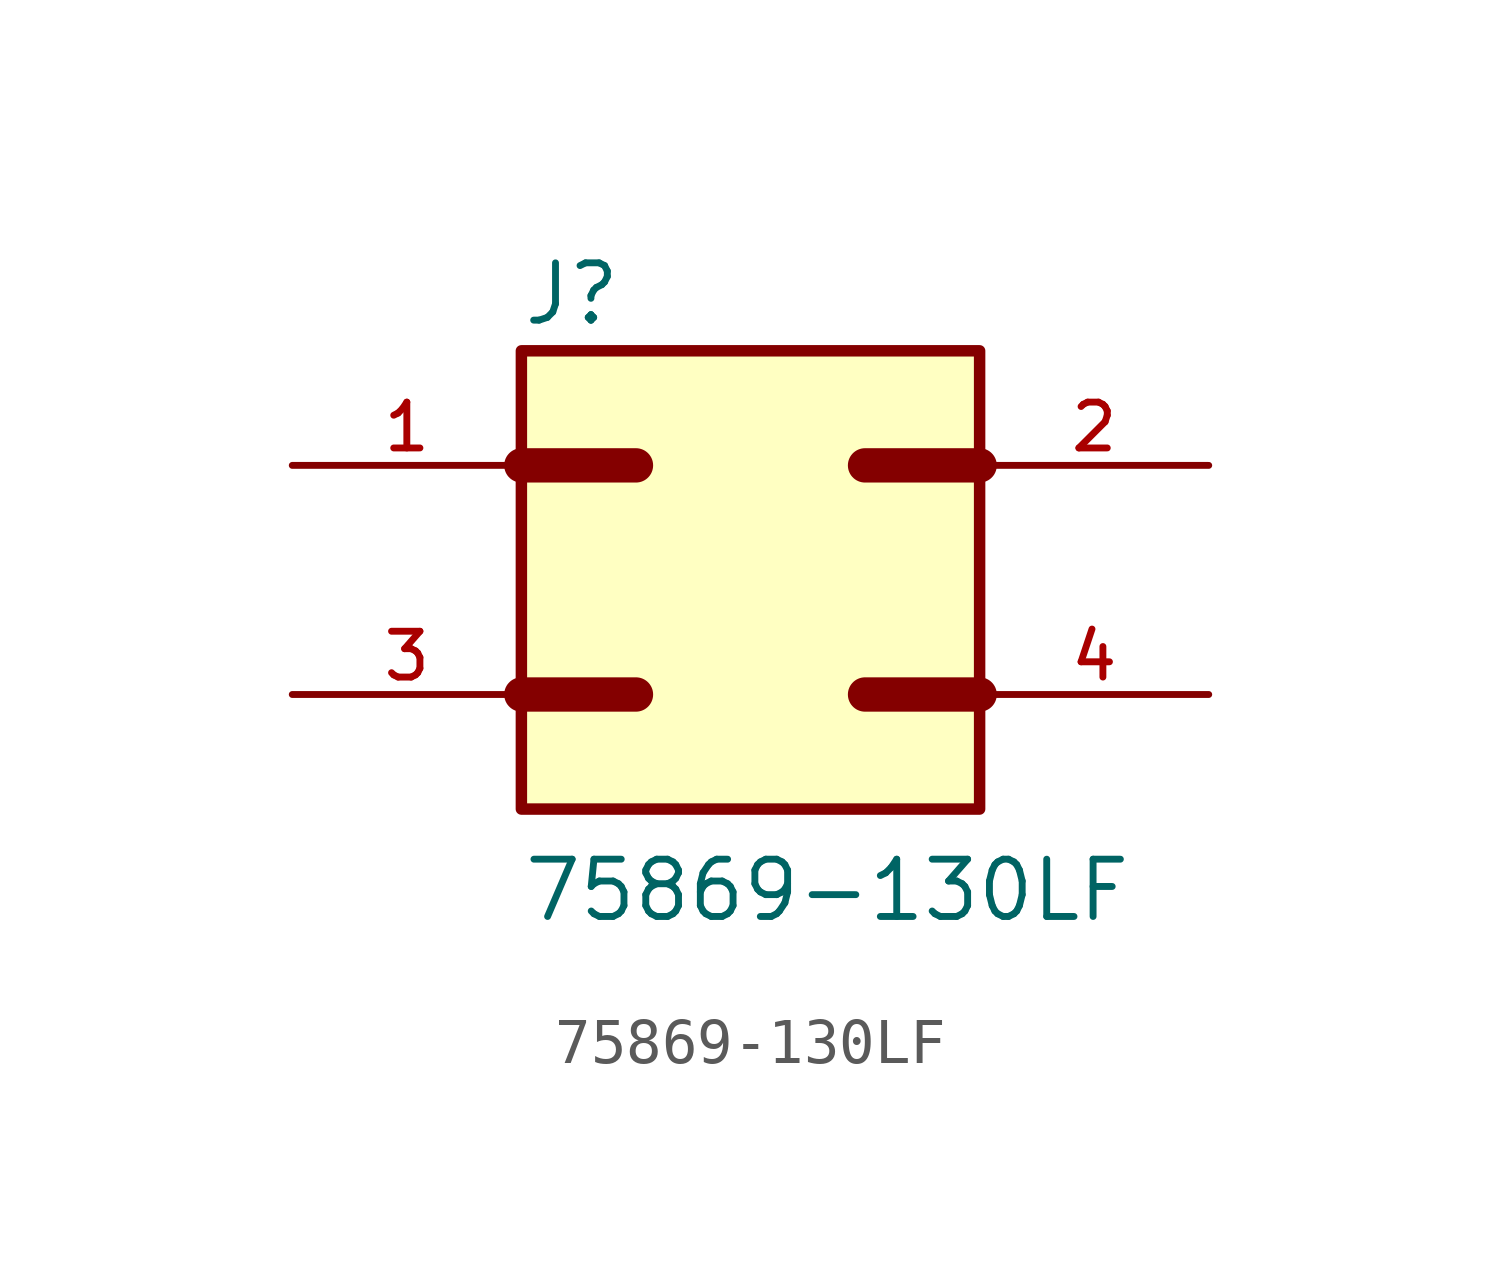
<source format=kicad_sym>
(kicad_symbol_lib
  (version 20211014)
  (generator kicad_symbol_editor)
  (symbol "75869-130LF"
    (pin_names
      (offset 1.016))
    (property "Reference" "J"
      (at -5.089 5.597 0)
      (effects (font (size 1.27 1.27)) (justify bottom left)))
    (property "Value" "75869-130LF"
      (at -5.083 -7.625 0)
      (effects (font (size 1.27 1.27)) (justify bottom left)))
    (symbol "75869-130LF_0_0"
      (polyline (pts (xy -5.08 2.54) (xy -2.54 2.54)) (stroke (width 0.762)))
      (polyline (pts (xy -5.08 -2.54) (xy -2.54 -2.54)) (stroke (width 0.762)))
      (polyline (pts (xy 5.08 2.54) (xy 2.54 2.54)) (stroke (width 0.762)))
      (polyline (pts (xy 5.08 -2.54) (xy 2.54 -2.54)) (stroke (width 0.762)))
      (rectangle (start -5.08 -5.08) (end 5.08 5.08) (stroke (width 0.254)) (fill (type background)))
      (pin passive line (at -10.16 2.54 0) (length 5.08) (name "~" (effects (font (size 1.016 1.016)))) (number "1" (effects (font (size 1.016 1.016)))))
      (pin passive line (at -10.16 -2.54 0) (length 5.08) (name "~" (effects (font (size 1.016 1.016)))) (number "3" (effects (font (size 1.016 1.016)))))
      (pin passive line (at 10.16 2.54 180.0) (length 5.08) (name "~" (effects (font (size 1.016 1.016)))) (number "2" (effects (font (size 1.016 1.016)))))
      (pin passive line (at 10.16 -2.54 180.0) (length 5.08) (name "~" (effects (font (size 1.016 1.016)))) (number "4" (effects (font (size 1.016 1.016))))))))
</source>
